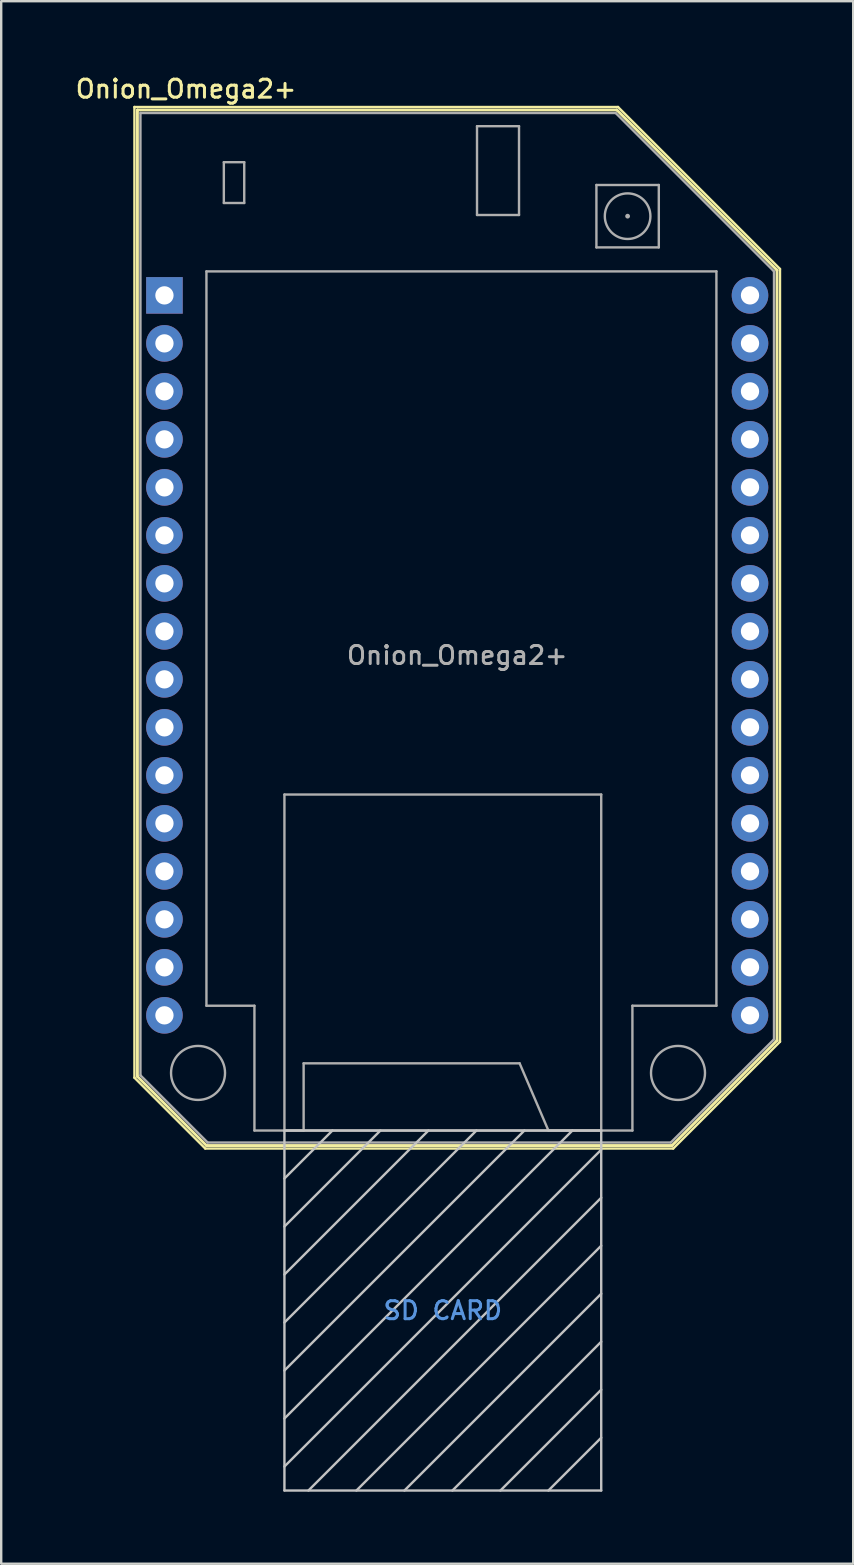
<source format=kicad_pcb>
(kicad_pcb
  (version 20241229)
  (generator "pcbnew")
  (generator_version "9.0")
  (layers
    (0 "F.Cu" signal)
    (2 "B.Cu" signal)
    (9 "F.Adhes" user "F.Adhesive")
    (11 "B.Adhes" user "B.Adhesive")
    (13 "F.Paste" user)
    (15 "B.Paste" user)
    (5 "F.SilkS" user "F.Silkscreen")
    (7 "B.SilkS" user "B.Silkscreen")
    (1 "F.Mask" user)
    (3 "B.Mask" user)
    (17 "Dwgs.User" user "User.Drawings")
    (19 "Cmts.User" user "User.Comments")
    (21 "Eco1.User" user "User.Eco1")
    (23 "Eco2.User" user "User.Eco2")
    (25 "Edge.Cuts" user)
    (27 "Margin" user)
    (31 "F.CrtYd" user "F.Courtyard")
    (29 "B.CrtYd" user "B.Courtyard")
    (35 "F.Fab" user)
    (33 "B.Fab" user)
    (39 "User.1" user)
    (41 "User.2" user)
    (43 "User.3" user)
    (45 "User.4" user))
  (footprint "Onion_Omega2+"
    (layer "F.Cu")
    (at 3.802 9.258)
    (property "Reference" "Onion_Omega2+" (at 0.9 -8.6 0) (layer "F.SilkS") (effects (font (size 0.75 0.75) (thickness 0.125))))
    (attr through_hole)
    (fp_line (start -1.25 -7.85) (end -1.25 32.6) (stroke (width 0.1) (type solid)) (layer "F.SilkS"))
    (fp_line (start -1.25 -7.85) (end 18.9 -7.85) (stroke (width 0.1) (type solid)) (layer "F.SilkS"))
    (fp_line (start -1.25 32.6) (end 1.7 35.55) (stroke (width 0.1) (type solid)) (layer "F.SilkS"))
    (fp_line (start -1.125 -7.725) (end -1.125 32.55) (stroke (width 0.12) (type solid)) (layer "F.SilkS"))
    (fp_line (start -1.125 32.55) (end 1.75 35.425) (stroke (width 0.12) (type solid)) (layer "F.SilkS"))
    (fp_line (start 1.7 35.55) (end 21.2 35.55) (stroke (width 0.1) (type solid)) (layer "F.SilkS"))
    (fp_line (start 1.75 35.425) (end 21.15 35.425) (stroke (width 0.12) (type solid)) (layer "F.SilkS"))
    (fp_line (start 18.85 -7.725) (end -1.125 -7.725) (stroke (width 0.12) (type solid)) (layer "F.SilkS"))
    (fp_line (start 18.9 -7.85) (end 25.65 -1.1) (stroke (width 0.1) (type solid)) (layer "F.SilkS"))
    (fp_line (start 21.15 35.425) (end 25.525 31.05) (stroke (width 0.12) (type solid)) (layer "F.SilkS"))
    (fp_line (start 21.2 35.55) (end 25.65 31.1) (stroke (width 0.1) (type solid)) (layer "F.SilkS"))
    (fp_line (start 25.525 -1.05) (end 18.85 -7.725) (stroke (width 0.12) (type solid)) (layer "F.SilkS"))
    (fp_line (start 25.525 31.05) (end 25.525 -1.05) (stroke (width 0.12) (type solid)) (layer "F.SilkS"))
    (fp_line (start 25.65 -1.1) (end 25.65 31.1) (stroke (width 0.1) (type solid)) (layer "F.SilkS"))
    (fp_line (start 5 34.8) (end 5 49.8) (stroke (width 0.1) (type solid)) (layer "Dwgs.User"))
    (fp_line (start 5 34.8) (end 18.2 34.8) (stroke (width 0.1) (type solid)) (layer "Dwgs.User"))
    (fp_line (start 5 36.8) (end 7 34.8) (stroke (width 0.1) (type solid)) (layer "Dwgs.User"))
    (fp_line (start 5 38.8) (end 9 34.8) (stroke (width 0.1) (type solid)) (layer "Dwgs.User"))
    (fp_line (start 5 40.8) (end 11 34.8) (stroke (width 0.1) (type solid)) (layer "Dwgs.User"))
    (fp_line (start 5 42.8) (end 13 34.8) (stroke (width 0.1) (type solid)) (layer "Dwgs.User"))
    (fp_line (start 5 44.8) (end 15 34.8) (stroke (width 0.1) (type solid)) (layer "Dwgs.User"))
    (fp_line (start 5 46.8) (end 17 34.8) (stroke (width 0.1) (type solid)) (layer "Dwgs.User"))
    (fp_line (start 5 48.8) (end 18.2 35.6) (stroke (width 0.1) (type solid)) (layer "Dwgs.User"))
    (fp_line (start 5 49.8) (end 18.2 49.8) (stroke (width 0.1) (type solid)) (layer "Dwgs.User"))
    (fp_line (start 6 49.8) (end 18.2 37.6) (stroke (width 0.1) (type solid)) (layer "Dwgs.User"))
    (fp_line (start 10 49.8) (end 18.2 41.6) (stroke (width 0.1) (type solid)) (layer "Dwgs.User"))
    (fp_line (start 12 49.8) (end 18.2 43.6) (stroke (width 0.1) (type solid)) (layer "Dwgs.User"))
    (fp_line (start 14 49.8) (end 18.2 45.6) (stroke (width 0.1) (type solid)) (layer "Dwgs.User"))
    (fp_line (start 16 49.8) (end 18.2 47.6) (stroke (width 0.1) (type solid)) (layer "Dwgs.User"))
    (fp_line (start 18.2 34.8) (end 18.2 49.8) (stroke (width 0.1) (type solid)) (layer "Dwgs.User"))
    (fp_line (start 18.2 39.6) (end 8 49.8) (stroke (width 0.1) (type solid)) (layer "Dwgs.User"))
    (fp_line (start -1 -7.6) (end -1 32.5) (stroke (width 0.1) (type solid)) (layer "F.Fab"))
    (fp_line (start -1 32.5) (end 1.8 35.3) (stroke (width 0.1) (type solid)) (layer "F.Fab"))
    (fp_line (start 1.75 29.6) (end 1.75 -1) (stroke (width 0.1) (type solid)) (layer "F.Fab"))
    (fp_line (start 1.75 29.6) (end 3.75 29.6) (stroke (width 0.1) (type solid)) (layer "F.Fab"))
    (fp_line (start 1.8 35.3) (end 21.1 35.3) (stroke (width 0.1) (type solid)) (layer "F.Fab"))
    (fp_line (start 2.475 -5.55) (end 2.475 -3.85) (stroke (width 0.1) (type solid)) (layer "F.Fab"))
    (fp_line (start 2.475 -3.85) (end 3.325 -3.85) (stroke (width 0.1) (type solid)) (layer "F.Fab"))
    (fp_line (start 3.325 -5.55) (end 2.475 -5.55) (stroke (width 0.1) (type solid)) (layer "F.Fab"))
    (fp_line (start 3.325 -3.85) (end 3.325 -5.55) (stroke (width 0.1) (type solid)) (layer "F.Fab"))
    (fp_line (start 3.75 29.6) (end 3.75 34.8) (stroke (width 0.1) (type solid)) (layer "F.Fab"))
    (fp_line (start 3.75 34.8) (end 19.5 34.8) (stroke (width 0.1) (type solid)) (layer "F.Fab"))
    (fp_line (start 5 20.8) (end 5 34.8) (stroke (width 0.1) (type solid)) (layer "F.Fab"))
    (fp_line (start 5 20.8) (end 18.2 20.8) (stroke (width 0.1) (type solid)) (layer "F.Fab"))
    (fp_line (start 5 34.8) (end 5.8 34.8) (stroke (width 0.1) (type solid)) (layer "F.Fab"))
    (fp_line (start 5.8 32) (end 14.8 32) (stroke (width 0.1) (type solid)) (layer "F.Fab"))
    (fp_line (start 5.8 34.8) (end 5.8 32) (stroke (width 0.1) (type solid)) (layer "F.Fab"))
    (fp_line (start 13.025 -7.05) (end 13.025 -3.35) (stroke (width 0.1) (type solid)) (layer "F.Fab"))
    (fp_line (start 13.025 -3.35) (end 14.775 -3.35) (stroke (width 0.1) (type solid)) (layer "F.Fab"))
    (fp_line (start 14.775 -7.05) (end 13.025 -7.05) (stroke (width 0.1) (type solid)) (layer "F.Fab"))
    (fp_line (start 14.775 -3.35) (end 14.775 -7.05) (stroke (width 0.1) (type solid)) (layer "F.Fab"))
    (fp_line (start 14.8 32) (end 16 34.8) (stroke (width 0.1) (type solid)) (layer "F.Fab"))
    (fp_line (start 16 34.8) (end 18.2 34.8) (stroke (width 0.1) (type solid)) (layer "F.Fab"))
    (fp_line (start 18 -4.6) (end 18 -2) (stroke (width 0.1) (type solid)) (layer "F.Fab"))
    (fp_line (start 18 -2) (end 20.6 -2) (stroke (width 0.1) (type solid)) (layer "F.Fab"))
    (fp_line (start 18.2 20.8) (end 18.2 34.8) (stroke (width 0.1) (type solid)) (layer "F.Fab"))
    (fp_line (start 18.8 -7.6) (end -1 -7.6) (stroke (width 0.1) (type solid)) (layer "F.Fab"))
    (fp_line (start 18.8 -7.6) (end 25.4 -1) (stroke (width 0.1) (type solid)) (layer "F.Fab"))
    (fp_line (start 19.5 29.6) (end 23 29.6) (stroke (width 0.1) (type solid)) (layer "F.Fab"))
    (fp_line (start 19.5 34.8) (end 19.5 29.6) (stroke (width 0.1) (type solid)) (layer "F.Fab"))
    (fp_line (start 20.6 -4.6) (end 18 -4.6) (stroke (width 0.1) (type solid)) (layer "F.Fab"))
    (fp_line (start 20.6 -2) (end 20.6 -4.6) (stroke (width 0.1) (type solid)) (layer "F.Fab"))
    (fp_line (start 23 -1) (end 1.75 -1) (stroke (width 0.1) (type solid)) (layer "F.Fab"))
    (fp_line (start 23 -1) (end 23 29.6) (stroke (width 0.1) (type solid)) (layer "F.Fab"))
    (fp_line (start 25.4 31) (end 21.1 35.3) (stroke (width 0.1) (type solid)) (layer "F.Fab"))
    (fp_line (start 25.4 31) (end 25.4 -1) (stroke (width 0.1) (type solid)) (layer "F.Fab"))
    (fp_circle (center 1.4 32.4) (end 2.525 32.4) (stroke (width 0.1) (type solid)) (fill no) (layer "F.Fab"))
    (fp_circle (center 19.3 -3.3) (end 19.35 -3.3) (stroke (width 0.1) (type solid)) (fill no) (layer "F.Fab"))
    (fp_circle (center 19.3 -3.3) (end 20.25 -3.3) (stroke (width 0.1) (type solid)) (fill no) (layer "F.Fab"))
    (fp_circle (center 21.4 32.4) (end 22.525 32.4) (stroke (width 0.1) (type solid)) (fill no) (layer "F.Fab"))
    (fp_text user "SD CARD" (at 11.6 42.3 0) (layer "Cmts.User") (effects (font (size 0.75 0.75) (thickness 0.125))))
    (fp_text user "${REFERENCE}" (at 12.2 15 0) (layer "F.Fab") (effects (font (size 0.75 0.75) (thickness 0.125))))
    (pad "1" thru_hole rect (at 0 0) (size 1.524 1.524) (drill 0.762) (layers "*.Cu" "*.Mask"))
    (pad "2" thru_hole circle (at 0 2) (size 1.524 1.524) (drill 0.762) (layers "*.Cu" "*.Mask"))
    (pad "3" thru_hole circle (at 0 4) (size 1.524 1.524) (drill 0.762) (layers "*.Cu" "*.Mask"))
    (pad "4" thru_hole circle (at 0 6) (size 1.524 1.524) (drill 0.762) (layers "*.Cu" "*.Mask"))
    (pad "5" thru_hole circle (at 0 8) (size 1.524 1.524) (drill 0.762) (layers "*.Cu" "*.Mask"))
    (pad "6" thru_hole circle (at 0 10) (size 1.524 1.524) (drill 0.762) (layers "*.Cu" "*.Mask"))
    (pad "7" thru_hole circle (at 0 12) (size 1.524 1.524) (drill 0.762) (layers "*.Cu" "*.Mask"))
    (pad "8" thru_hole circle (at 0 14) (size 1.524 1.524) (drill 0.762) (layers "*.Cu" "*.Mask"))
    (pad "9" thru_hole circle (at 0 16) (size 1.524 1.524) (drill 0.762) (layers "*.Cu" "*.Mask"))
    (pad "10" thru_hole circle (at 0 18) (size 1.524 1.524) (drill 0.762) (layers "*.Cu" "*.Mask"))
    (pad "11" thru_hole circle (at 0 20) (size 1.524 1.524) (drill 0.762) (layers "*.Cu" "*.Mask"))
    (pad "12" thru_hole circle (at 0 22) (size 1.524 1.524) (drill 0.762) (layers "*.Cu" "*.Mask"))
    (pad "13" thru_hole circle (at 0 24) (size 1.524 1.524) (drill 0.762) (layers "*.Cu" "*.Mask"))
    (pad "14" thru_hole circle (at 0 26) (size 1.524 1.524) (drill 0.762) (layers "*.Cu" "*.Mask"))
    (pad "15" thru_hole circle (at 0 28) (size 1.524 1.524) (drill 0.762) (layers "*.Cu" "*.Mask"))
    (pad "16" thru_hole circle (at 0 30) (size 1.524 1.524) (drill 0.762) (layers "*.Cu" "*.Mask"))
    (pad "17" thru_hole circle (at 24.4 30) (size 1.524 1.524) (drill 0.762) (layers "*.Cu" "*.Mask"))
    (pad "18" thru_hole circle (at 24.4 28) (size 1.524 1.524) (drill 0.762) (layers "*.Cu" "*.Mask"))
    (pad "19" thru_hole circle (at 24.4 26) (size 1.524 1.524) (drill 0.762) (layers "*.Cu" "*.Mask"))
    (pad "20" thru_hole circle (at 24.4 24) (size 1.524 1.524) (drill 0.762) (layers "*.Cu" "*.Mask"))
    (pad "21" thru_hole circle (at 24.4 22) (size 1.524 1.524) (drill 0.762) (layers "*.Cu" "*.Mask"))
    (pad "22" thru_hole circle (at 24.4 20) (size 1.524 1.524) (drill 0.762) (layers "*.Cu" "*.Mask"))
    (pad "23" thru_hole circle (at 24.4 18) (size 1.524 1.524) (drill 0.762) (layers "*.Cu" "*.Mask"))
    (pad "24" thru_hole circle (at 24.4 16) (size 1.524 1.524) (drill 0.762) (layers "*.Cu" "*.Mask"))
    (pad "25" thru_hole circle (at 24.4 14) (size 1.524 1.524) (drill 0.762) (layers "*.Cu" "*.Mask"))
    (pad "26" thru_hole circle (at 24.4 12) (size 1.524 1.524) (drill 0.762) (layers "*.Cu" "*.Mask"))
    (pad "27" thru_hole circle (at 24.4 10) (size 1.524 1.524) (drill 0.762) (layers "*.Cu" "*.Mask"))
    (pad "28" thru_hole circle (at 24.4 8) (size 1.524 1.524) (drill 0.762) (layers "*.Cu" "*.Mask"))
    (pad "29" thru_hole circle (at 24.4 6) (size 1.524 1.524) (drill 0.762) (layers "*.Cu" "*.Mask"))
    (pad "30" thru_hole circle (at 24.4 4) (size 1.524 1.524) (drill 0.762) (layers "*.Cu" "*.Mask"))
    (pad "31" thru_hole circle (at 24.4 2) (size 1.524 1.524) (drill 0.762) (layers "*.Cu" "*.Mask"))
    (pad "32" thru_hole circle (at 24.4 0) (size 1.524 1.524) (drill 0.762) (layers "*.Cu" "*.Mask")))
  (gr_rect
    (start -3 -3)
    (end 32.502 62.108)
    (stroke (width 0.1) (type default))
    (fill no)
    (layer "Edge.Cuts")))
</source>
